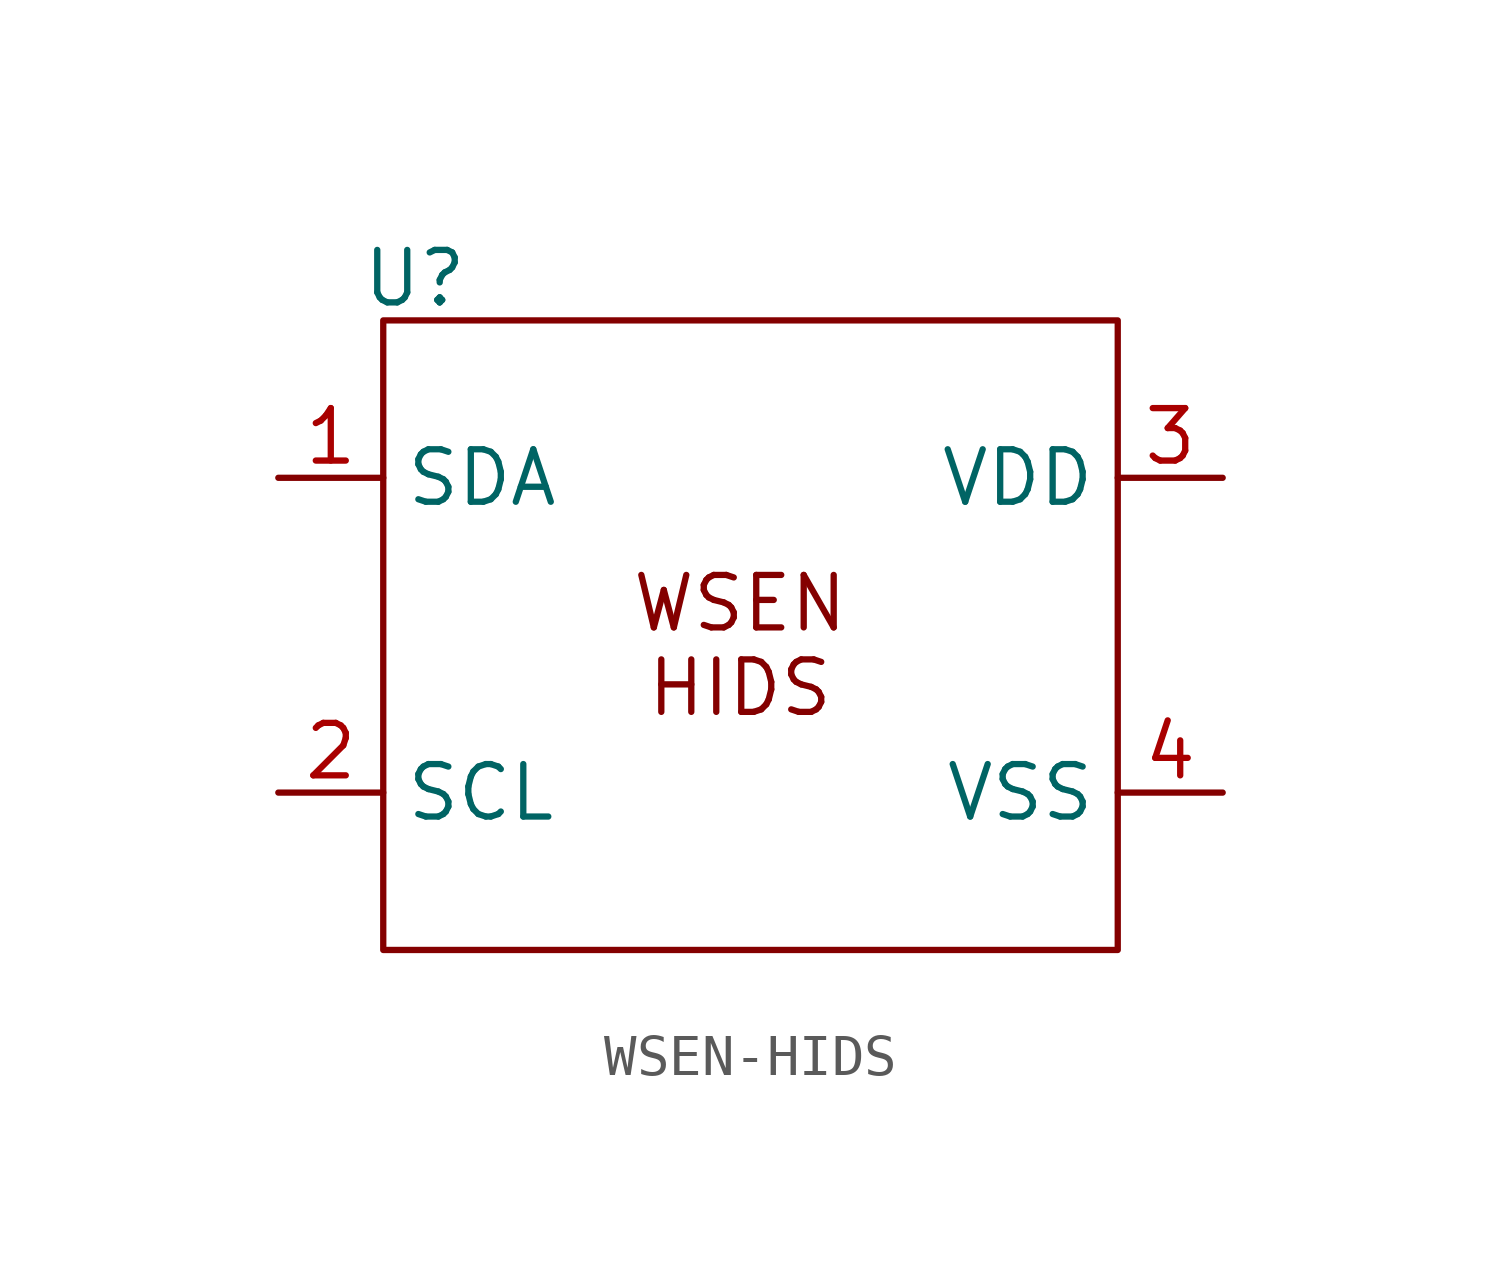
<source format=kicad_sym>
(kicad_symbol_lib
  (version 20241209)
  (generator "kicad_symbol_editor")
  (generator_version "9.0")
  (symbol "WSEN-HIDS"
    (property "Reference" "U"
      (at -8.128 8.636 0)
      (effects (font (size 1.27 1.27))))
    (property "Value" ""
      (at 0 0 0)
      (effects (font (size 1.27 1.27))))
    (symbol "WSEN-HIDS_0_1"
      (rectangle (start -8.89 7.62) (end 8.89 -7.62) (stroke (width 0) (type default)) (fill (type none))))
    (symbol "WSEN-HIDS_1_1"
      (text "WSEN\nHIDS" (at -0.254 -0.254 0) (effects (font (size 1.27 1.27))))
      (pin bidirectional line (at -11.43 3.81 0) (length 2.54) (name "SDA" (effects (font (size 1.27 1.27)))) (number "1" (effects (font (size 1.27 1.27)))))
      (pin input line (at -11.43 -3.81 0) (length 2.54) (name "SCL" (effects (font (size 1.27 1.27)))) (number "2" (effects (font (size 1.27 1.27)))))
      (pin power_in line (at 11.43 3.81 180) (length 2.54) (name "VDD" (effects (font (size 1.27 1.27)))) (number "3" (effects (font (size 1.27 1.27)))))
      (pin power_in line (at 11.43 -3.81 180) (length 2.54) (name "VSS" (effects (font (size 1.27 1.27)))) (number "4" (effects (font (size 1.27 1.27))))))))
</source>
